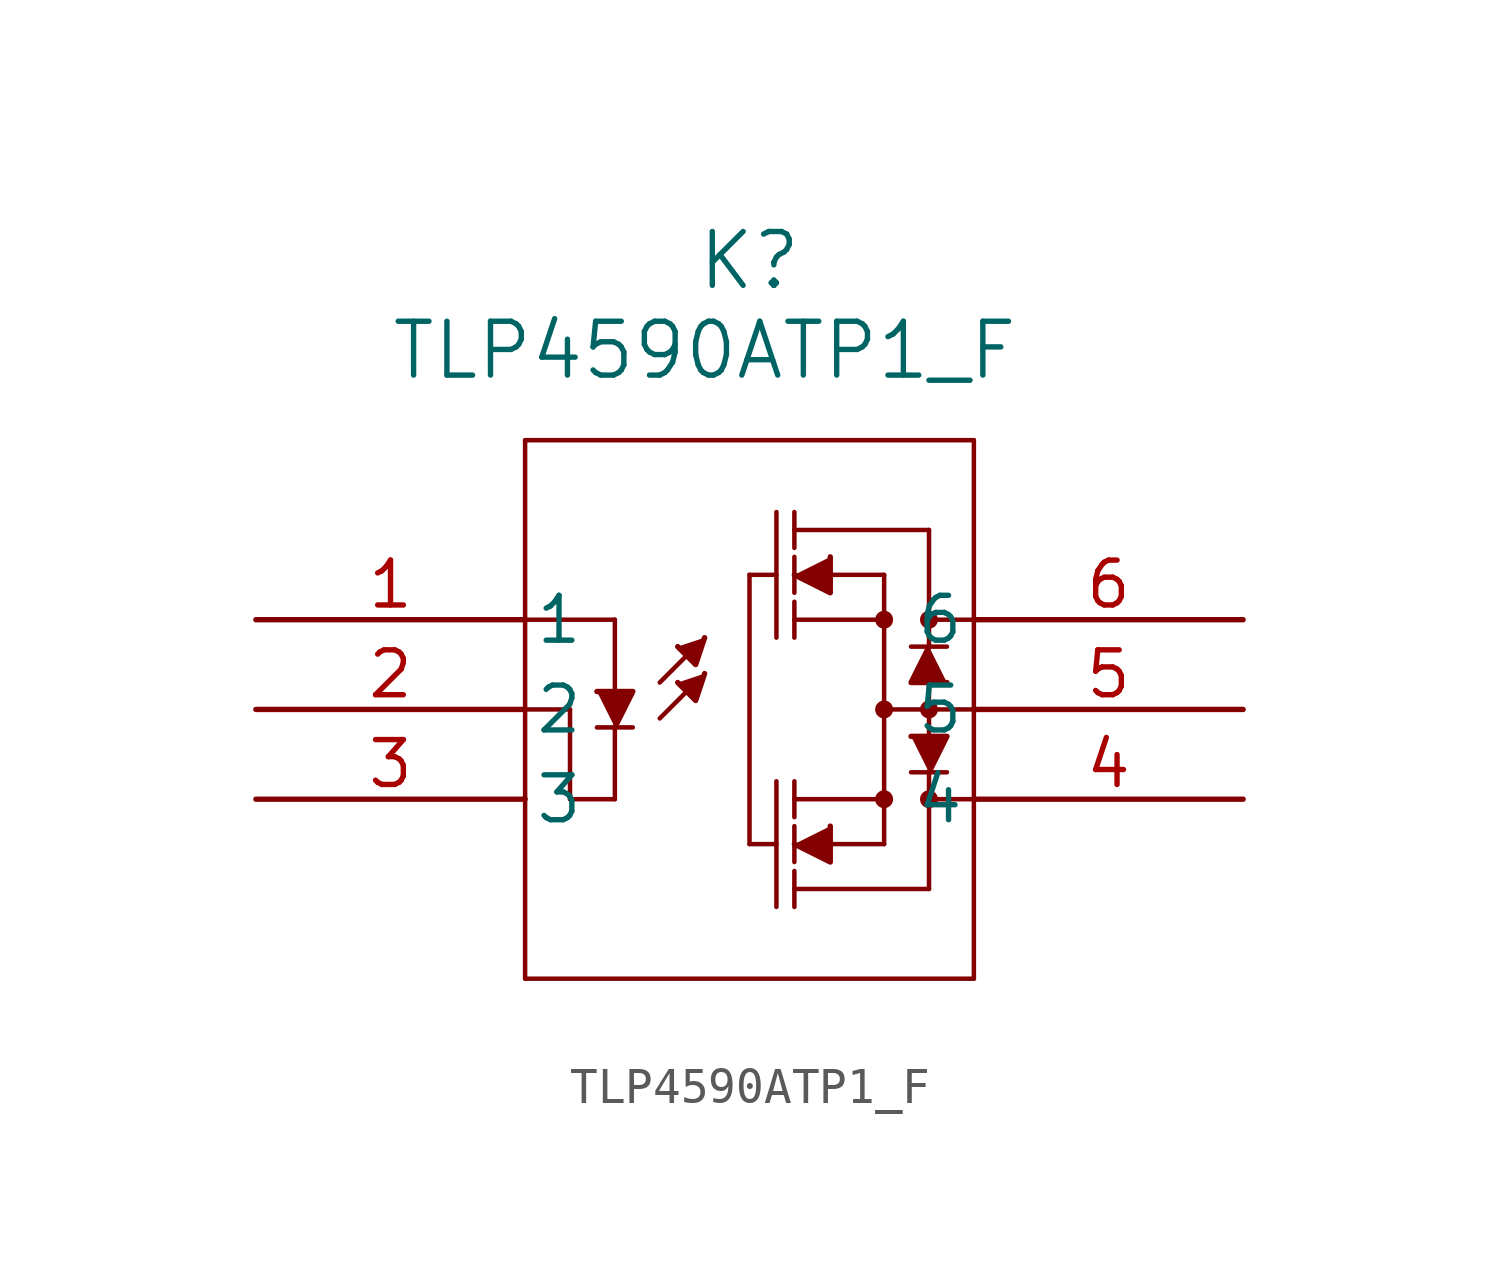
<source format=kicad_sym>
(kicad_symbol_lib
  (version 20211014)
  (generator kicad_symbol_editor)
  (symbol "TLP4590ATP1_F"
    (pin_names
      (offset 0.254))
    (property "Reference" "K"
      (at 13.97 10.16 0)
      (effects (font (size 1.524 1.524))))
    (property "Value" "TLP4590ATP1_F"
      (at 12.7 7.62 0)
      (effects (font (size 1.524 1.524))))
    (symbol "TLP4590ATP1_F_0_1"
      (polyline (pts (xy 7.62 5.08) (xy 7.62 -10.16)) (stroke (width 0.127) (type default) (color 0 0 0 0)) (fill (type none)))
      (polyline (pts (xy 7.62 -10.16) (xy 20.32 -10.16)) (stroke (width 0.127) (type default) (color 0 0 0 0)) (fill (type none)))
      (polyline (pts (xy 20.32 -10.16) (xy 20.32 5.08)) (stroke (width 0.127) (type default) (color 0 0 0 0)) (fill (type none)))
      (polyline (pts (xy 20.32 5.08) (xy 7.62 5.08)) (stroke (width 0.127) (type default) (color 0 0 0 0)) (fill (type none)))
      (polyline (pts (xy 10.16 0) (xy 7.62 0)) (stroke (width 0.127) (type default) (color 0 0 0 0)) (fill (type none)))
      (polyline (pts (xy 10.16 -5.08) (xy 8.89 -5.08)) (stroke (width 0.127) (type default) (color 0 0 0 0)) (fill (type none)))
      (polyline (pts (xy 11.43 -1.778) (xy 12.192 -1.016)) (stroke (width 0.127) (type default) (color 0 0 0 0)) (fill (type none)))
      (polyline (pts (xy 11.43 -2.794) (xy 12.192 -2.032)) (stroke (width 0.127) (type default) (color 0 0 0 0)) (fill (type none)))
      (polyline (pts (xy 19.558 -4.318) (xy 18.542 -4.318)) (stroke (width 0.127) (type default) (color 0 0 0 0)) (fill (type none)))
      (polyline (pts (xy 19.05 -1.778) (xy 19.05 -3.556)) (stroke (width 0.127) (type default) (color 0 0 0 0)) (fill (type none)))
      (polyline (pts (xy 20.32 -5.08) (xy 19.05 -5.08)) (stroke (width 0.127) (type default) (color 0 0 0 0)) (fill (type none)))
      (polyline (pts (xy 15.24 3.048) (xy 15.24 2.032)) (stroke (width 0.127) (type default) (color 0 0 0 0)) (fill (type none)))
      (polyline (pts (xy 10.16 -3.048) (xy 10.16 -5.08)) (stroke (width 0.127) (type default) (color 0 0 0 0)) (fill (type none)))
      (polyline (pts (xy 10.16 -2.032) (xy 10.16 0)) (stroke (width 0.127) (type default) (color 0 0 0 0)) (fill (type none)))
      (polyline (pts (xy 13.97 1.27) (xy 13.97 -6.35)) (stroke (width 0.127) (type default) (color 0 0 0 0)) (fill (type none)))
      (polyline (pts (xy 13.97 -6.35) (xy 14.732 -6.35)) (stroke (width 0.127) (type default) (color 0 0 0 0)) (fill (type none)))
      (polyline (pts (xy 13.97 1.27) (xy 14.732 1.27)) (stroke (width 0.127) (type default) (color 0 0 0 0)) (fill (type none)))
      (polyline (pts (xy 15.24 -4.572) (xy 15.24 -5.588)) (stroke (width 0.127) (type default) (color 0 0 0 0)) (fill (type none)))
      (polyline (pts (xy 15.748 1.27) (xy 17.78 1.27)) (stroke (width 0.127) (type default) (color 0 0 0 0)) (fill (type none)))
      (polyline (pts (xy 17.78 1.27) (xy 17.78 -6.35)) (stroke (width 0.127) (type default) (color 0 0 0 0)) (fill (type none)))
      (polyline (pts (xy 17.78 -6.35) (xy 15.494 -6.35)) (stroke (width 0.127) (type default) (color 0 0 0 0)) (fill (type none)))
      (polyline (pts (xy 15.24 -5.08) (xy 17.78 -5.08)) (stroke (width 0.127) (type default) (color 0 0 0 0)) (fill (type none)))
      (polyline (pts (xy 15.24 0) (xy 17.78 0)) (stroke (width 0.127) (type default) (color 0 0 0 0)) (fill (type none)))
      (polyline (pts (xy 15.24 2.54) (xy 19.05 2.54)) (stroke (width 0.127) (type default) (color 0 0 0 0)) (fill (type none)))
      (polyline (pts (xy 18.542 -0.762) (xy 19.558 -0.762)) (stroke (width 0.127) (type default) (color 0 0 0 0)) (fill (type none)))
      (polyline (pts (xy 19.05 -4.318) (xy 19.05 -7.62)) (stroke (width 0.127) (type default) (color 0 0 0 0)) (fill (type none)))
      (circle (center 19.05 -2.54) (radius 0.127) (stroke (width 0.254) (type default) (color 0 0 0 0)) (fill (type none)))
      (polyline (pts (xy 19.05 -7.62) (xy 15.24 -7.62)) (stroke (width 0.127) (type default) (color 0 0 0 0)) (fill (type none)))
      (polyline (pts (xy 14.732 3.048) (xy 14.732 -0.508)) (stroke (width 0.127) (type default) (color 0 0 0 0)) (fill (type none)))
      (polyline (pts (xy 14.732 -4.572) (xy 14.732 -8.128)) (stroke (width 0.127) (type default) (color 0 0 0 0)) (fill (type none)))
      (circle (center 17.78 0) (radius 0.127) (stroke (width 0.254) (type default) (color 0 0 0 0)) (fill (type none)))
      (circle (center 17.78 -5.08) (radius 0.127) (stroke (width 0.254) (type default) (color 0 0 0 0)) (fill (type none)))
      (polyline (pts (xy 17.78 -2.54) (xy 20.32 -2.54)) (stroke (width 0.127) (type default) (color 0 0 0 0)) (fill (type none)))
      (circle (center 17.78 -2.54) (radius 0.127) (stroke (width 0.254) (type default) (color 0 0 0 0)) (fill (type none)))
      (polyline (pts (xy 15.24 1.778) (xy 15.24 0.762)) (stroke (width 0.127) (type default) (color 0 0 0 0)) (fill (type none)))
      (polyline (pts (xy 15.24 0.508) (xy 15.24 -0.508)) (stroke (width 0.127) (type default) (color 0 0 0 0)) (fill (type none)))
      (polyline (pts (xy 15.24 -5.842) (xy 15.24 -6.858)) (stroke (width 0.127) (type default) (color 0 0 0 0)) (fill (type none)))
      (polyline (pts (xy 15.24 -7.112) (xy 15.24 -8.128)) (stroke (width 0.127) (type default) (color 0 0 0 0)) (fill (type none)))
      (polyline (pts (xy 11.938 -0.762) (xy 12.446 -1.27) (xy 12.7 -0.508)) (stroke (width 0) (type default) (color 0 0 0 0)) (fill (type outline)))
      (polyline (pts (xy 11.938 -1.778) (xy 12.446 -2.286) (xy 12.7 -1.524)) (stroke (width 0) (type default) (color 0 0 0 0)) (fill (type outline)))
      (polyline (pts (xy 7.62 -2.54) (xy 8.89 -2.54)) (stroke (width 0.127) (type default) (color 0 0 0 0)) (fill (type none)))
      (polyline (pts (xy 8.89 -2.54) (xy 8.89 -5.08)) (stroke (width 0.127) (type default) (color 0 0 0 0)) (fill (type none)))
      (polyline (pts (xy 19.05 2.54) (xy 19.05 -0.762)) (stroke (width 0.127) (type default) (color 0 0 0 0)) (fill (type none)))
      (polyline (pts (xy 19.05 0) (xy 20.32 0)) (stroke (width 0.127) (type default) (color 0 0 0 0)) (fill (type none)))
      (circle (center 19.05 0) (radius 0.127) (stroke (width 0.254) (type default) (color 0 0 0 0)) (fill (type none)))
      (circle (center 19.05 -5.08) (radius 0.127) (stroke (width 0.254) (type default) (color 0 0 0 0)) (fill (type none)))
      (polyline (pts (xy 19.05 -4.318) (xy 19.558 -3.302) (xy 18.542 -3.302)) (stroke (width 0) (type default) (color 0 0 0 0)) (fill (type outline)))
      (polyline (pts (xy 19.05 -0.762) (xy 18.542 -1.778) (xy 19.558 -1.778)) (stroke (width 0) (type default) (color 0 0 0 0)) (fill (type outline)))
      (polyline (pts (xy 15.24 1.27) (xy 16.256 0.762) (xy 16.256 1.778)) (stroke (width 0) (type default) (color 0 0 0 0)) (fill (type outline)))
      (polyline (pts (xy 15.24 -6.35) (xy 16.256 -6.858) (xy 16.256 -5.842)) (stroke (width 0) (type default) (color 0 0 0 0)) (fill (type outline)))
      (polyline (pts (xy 10.668 -3.048) (xy 9.652 -3.048)) (stroke (width 0.127) (type default) (color 0 0 0 0)) (fill (type none)))
      (polyline (pts (xy 10.16 -3.048) (xy 10.668 -2.032) (xy 9.652 -2.032)) (stroke (width 0) (type default) (color 0 0 0 0)) (fill (type outline)))
      (pin unspecified line (at 0 0 0) (length 7.62) (name "1" (effects (font (size 1.27 1.27)))) (number "1" (effects (font (size 1.27 1.27)))))
      (pin unspecified line (at 0 -2.54 0) (length 7.62) (name "2" (effects (font (size 1.27 1.27)))) (number "2" (effects (font (size 1.27 1.27)))))
      (pin unspecified line (at 0 -5.08 0) (length 7.62) (name "3" (effects (font (size 1.27 1.27)))) (number "3" (effects (font (size 1.27 1.27)))))
      (pin unspecified line (at 27.94 -5.08 180) (length 7.62) (name "4" (effects (font (size 1.27 1.27)))) (number "4" (effects (font (size 1.27 1.27)))))
      (pin unspecified line (at 27.94 -2.54 180) (length 7.62) (name "5" (effects (font (size 1.27 1.27)))) (number "5" (effects (font (size 1.27 1.27)))))
      (pin unspecified line (at 27.94 0 180) (length 7.62) (name "6" (effects (font (size 1.27 1.27)))) (number "6" (effects (font (size 1.27 1.27))))))))
</source>
